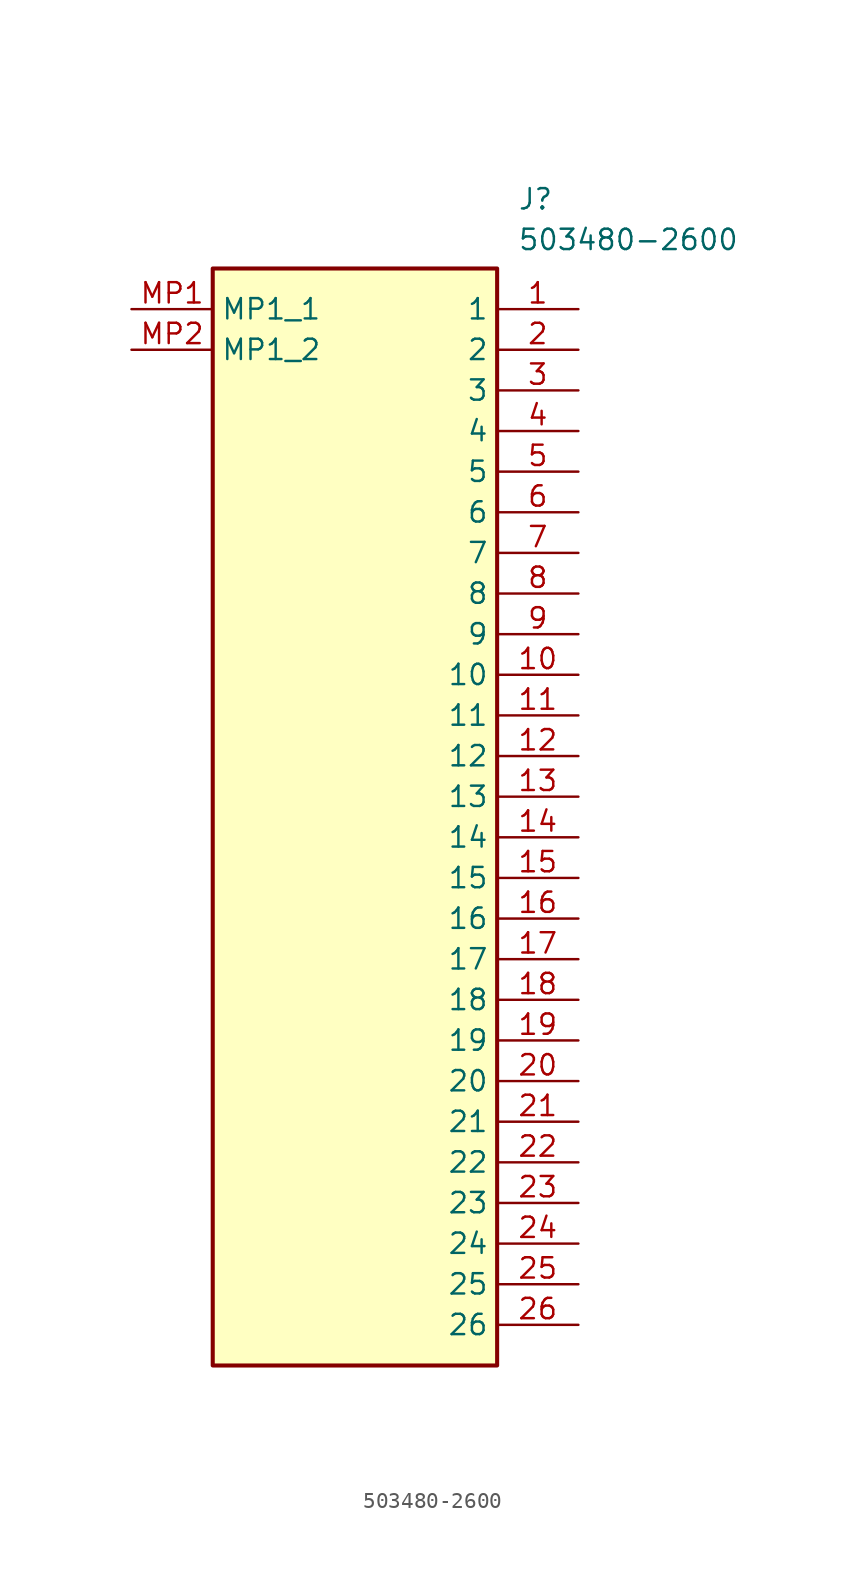
<source format=kicad_sym>
(kicad_symbol_lib
  (version 20211014)
  (generator SamacSys_ECAD_Model)
  (symbol "503480-2600"
    (property "Reference" "J"
      (at 24.13 7.62 0)
      (effects (font (size 1.27 1.27)) (justify left top)))
    (property "Value" "503480-2600"
      (at 24.13 5.08 0)
      (effects (font (size 1.27 1.27)) (justify left top)))
    (rectangle
      (start 5.08 2.54)
      (end 22.86 -66.04)
      (stroke (width 0.254) (type default))
      (fill (type background)))
    (pin passive line
      (at 27.94 0 180)
      (length 5.08)
      (name "1" (effects (font (size 1.27 1.27))))
      (number "1" (effects (font (size 1.27 1.27)))))
    (pin passive line
      (at 27.94 -2.54 180)
      (length 5.08)
      (name "2" (effects (font (size 1.27 1.27))))
      (number "2" (effects (font (size 1.27 1.27)))))
    (pin passive line
      (at 27.94 -5.08 180)
      (length 5.08)
      (name "3" (effects (font (size 1.27 1.27))))
      (number "3" (effects (font (size 1.27 1.27)))))
    (pin passive line
      (at 27.94 -7.62 180)
      (length 5.08)
      (name "4" (effects (font (size 1.27 1.27))))
      (number "4" (effects (font (size 1.27 1.27)))))
    (pin passive line
      (at 27.94 -10.16 180)
      (length 5.08)
      (name "5" (effects (font (size 1.27 1.27))))
      (number "5" (effects (font (size 1.27 1.27)))))
    (pin passive line
      (at 27.94 -12.7 180)
      (length 5.08)
      (name "6" (effects (font (size 1.27 1.27))))
      (number "6" (effects (font (size 1.27 1.27)))))
    (pin passive line
      (at 27.94 -15.24 180)
      (length 5.08)
      (name "7" (effects (font (size 1.27 1.27))))
      (number "7" (effects (font (size 1.27 1.27)))))
    (pin passive line
      (at 27.94 -17.78 180)
      (length 5.08)
      (name "8" (effects (font (size 1.27 1.27))))
      (number "8" (effects (font (size 1.27 1.27)))))
    (pin passive line
      (at 27.94 -20.32 180)
      (length 5.08)
      (name "9" (effects (font (size 1.27 1.27))))
      (number "9" (effects (font (size 1.27 1.27)))))
    (pin passive line
      (at 27.94 -22.86 180)
      (length 5.08)
      (name "10" (effects (font (size 1.27 1.27))))
      (number "10" (effects (font (size 1.27 1.27)))))
    (pin passive line
      (at 27.94 -25.4 180)
      (length 5.08)
      (name "11" (effects (font (size 1.27 1.27))))
      (number "11" (effects (font (size 1.27 1.27)))))
    (pin passive line
      (at 27.94 -27.94 180)
      (length 5.08)
      (name "12" (effects (font (size 1.27 1.27))))
      (number "12" (effects (font (size 1.27 1.27)))))
    (pin passive line
      (at 27.94 -30.48 180)
      (length 5.08)
      (name "13" (effects (font (size 1.27 1.27))))
      (number "13" (effects (font (size 1.27 1.27)))))
    (pin passive line
      (at 27.94 -33.02 180)
      (length 5.08)
      (name "14" (effects (font (size 1.27 1.27))))
      (number "14" (effects (font (size 1.27 1.27)))))
    (pin passive line
      (at 27.94 -35.56 180)
      (length 5.08)
      (name "15" (effects (font (size 1.27 1.27))))
      (number "15" (effects (font (size 1.27 1.27)))))
    (pin passive line
      (at 27.94 -38.1 180)
      (length 5.08)
      (name "16" (effects (font (size 1.27 1.27))))
      (number "16" (effects (font (size 1.27 1.27)))))
    (pin passive line
      (at 27.94 -40.64 180)
      (length 5.08)
      (name "17" (effects (font (size 1.27 1.27))))
      (number "17" (effects (font (size 1.27 1.27)))))
    (pin passive line
      (at 27.94 -43.18 180)
      (length 5.08)
      (name "18" (effects (font (size 1.27 1.27))))
      (number "18" (effects (font (size 1.27 1.27)))))
    (pin passive line
      (at 27.94 -45.72 180)
      (length 5.08)
      (name "19" (effects (font (size 1.27 1.27))))
      (number "19" (effects (font (size 1.27 1.27)))))
    (pin passive line
      (at 27.94 -48.26 180)
      (length 5.08)
      (name "20" (effects (font (size 1.27 1.27))))
      (number "20" (effects (font (size 1.27 1.27)))))
    (pin passive line
      (at 27.94 -50.8 180)
      (length 5.08)
      (name "21" (effects (font (size 1.27 1.27))))
      (number "21" (effects (font (size 1.27 1.27)))))
    (pin passive line
      (at 27.94 -53.34 180)
      (length 5.08)
      (name "22" (effects (font (size 1.27 1.27))))
      (number "22" (effects (font (size 1.27 1.27)))))
    (pin passive line
      (at 27.94 -55.88 180)
      (length 5.08)
      (name "23" (effects (font (size 1.27 1.27))))
      (number "23" (effects (font (size 1.27 1.27)))))
    (pin passive line
      (at 27.94 -58.42 180)
      (length 5.08)
      (name "24" (effects (font (size 1.27 1.27))))
      (number "24" (effects (font (size 1.27 1.27)))))
    (pin passive line
      (at 27.94 -60.96 180)
      (length 5.08)
      (name "25" (effects (font (size 1.27 1.27))))
      (number "25" (effects (font (size 1.27 1.27)))))
    (pin passive line
      (at 27.94 -63.5 180)
      (length 5.08)
      (name "26" (effects (font (size 1.27 1.27))))
      (number "26" (effects (font (size 1.27 1.27)))))
    (pin passive line
      (at 0 0 0)
      (length 5.08)
      (name "MP1_1" (effects (font (size 1.27 1.27))))
      (number "MP1" (effects (font (size 1.27 1.27)))))
    (pin passive line
      (at 0 -2.54 0)
      (length 5.08)
      (name "MP1_2" (effects (font (size 1.27 1.27))))
      (number "MP2" (effects (font (size 1.27 1.27)))))))
</source>
